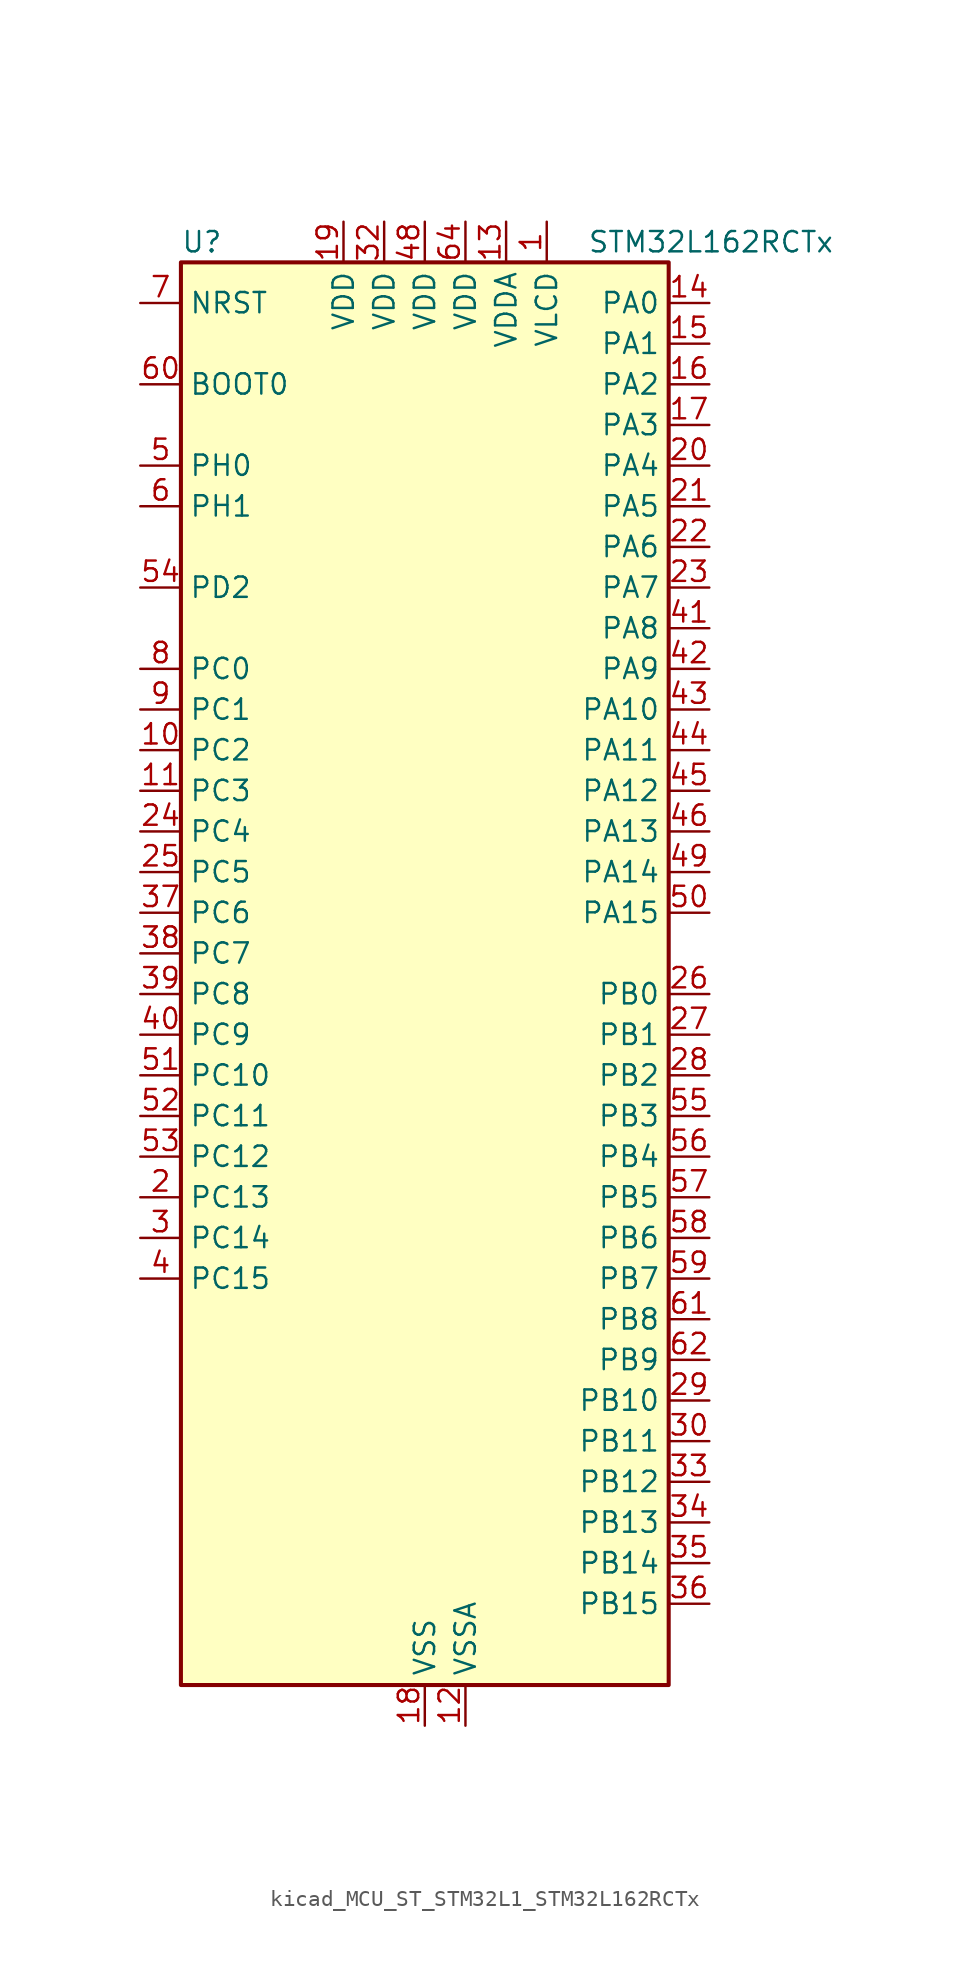
<source format=kicad_sym>
(kicad_symbol_lib
  (version 20220914)
  (generator kicad_symbol_editor)
  (symbol "kicad_MCU_ST_STM32L1_STM32L162RCTx"
    (property "Reference" "U"
      (at -15.24 46.99 0)
      (effects (font (size 1.27 1.27)) (justify left)))
    (property "Value" "STM32L162RCTx"
      (at 10.16 46.99 0)
      (effects (font (size 1.27 1.27)) (justify left)))
    (property "ki_locked" ""
      (at 0 0 0)
      (effects (font (size 1.27 1.27))))
    (symbol "kicad_MCU_ST_STM32L1_STM32L162RCTx_0_1"
      (rectangle (start -15.24 -43.18) (end 15.24 45.72) (stroke (width 0.254) (type default)) (fill (type background))))
    (symbol "kicad_MCU_ST_STM32L1_STM32L162RCTx_1_1"
      (pin power_in line (at 7.62 48.26 270) (length 2.54) (name "VLCD" (effects (font (size 1.27 1.27)))) (number "1" (effects (font (size 1.27 1.27)))))
      (pin bidirectional line (at -17.78 15.24 0) (length 2.54) (name "PC2" (effects (font (size 1.27 1.27)))) (number "10" (effects (font (size 1.27 1.27)))) (alternate "ADC_IN12" bidirectional line) (alternate "COMP1_INP" bidirectional line) (alternate "LCD_SEG20" bidirectional line) (alternate "TIMX_IC3" bidirectional line) (alternate "TS_G8_IO3" bidirectional line))
      (pin bidirectional line (at -17.78 12.7 0) (length 2.54) (name "PC3" (effects (font (size 1.27 1.27)))) (number "11" (effects (font (size 1.27 1.27)))) (alternate "ADC_IN13" bidirectional line) (alternate "COMP1_INP" bidirectional line) (alternate "LCD_SEG21" bidirectional line) (alternate "TIMX_IC4" bidirectional line) (alternate "TS_G8_IO4" bidirectional line))
      (pin power_in line (at 2.54 -45.72 90) (length 2.54) (name "VSSA" (effects (font (size 1.27 1.27)))) (number "12" (effects (font (size 1.27 1.27)))))
      (pin power_in line (at 5.08 48.26 270) (length 2.54) (name "VDDA" (effects (font (size 1.27 1.27)))) (number "13" (effects (font (size 1.27 1.27)))))
      (pin bidirectional line (at 17.78 43.18 180) (length 2.54) (name "PA0" (effects (font (size 1.27 1.27)))) (number "14" (effects (font (size 1.27 1.27)))) (alternate "ADC_IN0" bidirectional line) (alternate "COMP1_INP" bidirectional line) (alternate "RTC_TAMP2" bidirectional line) (alternate "SYS_WKUP1" bidirectional line) (alternate "TIM2_CH1" bidirectional line) (alternate "TIM2_ETR" bidirectional line) (alternate "TIM5_CH1" bidirectional line) (alternate "TIMX_IC1" bidirectional line) (alternate "TS_G1_IO1" bidirectional line) (alternate "USART2_CTS" bidirectional line))
      (pin bidirectional line (at 17.78 40.64 180) (length 2.54) (name "PA1" (effects (font (size 1.27 1.27)))) (number "15" (effects (font (size 1.27 1.27)))) (alternate "ADC_IN1" bidirectional line) (alternate "COMP1_INP" bidirectional line) (alternate "LCD_SEG0" bidirectional line) (alternate "OPAMP1_VINP" bidirectional line) (alternate "TIM2_CH2" bidirectional line) (alternate "TIM5_CH2" bidirectional line) (alternate "TIMX_IC2" bidirectional line) (alternate "TS_G1_IO2" bidirectional line) (alternate "USART2_RTS" bidirectional line))
      (pin bidirectional line (at 17.78 38.1 180) (length 2.54) (name "PA2" (effects (font (size 1.27 1.27)))) (number "16" (effects (font (size 1.27 1.27)))) (alternate "ADC_IN2" bidirectional line) (alternate "COMP1_INP" bidirectional line) (alternate "LCD_SEG1" bidirectional line) (alternate "OPAMP1_VINM" bidirectional line) (alternate "TIM2_CH3" bidirectional line) (alternate "TIM5_CH3" bidirectional line) (alternate "TIM9_CH1" bidirectional line) (alternate "TIMX_IC3" bidirectional line) (alternate "TS_G1_IO3" bidirectional line) (alternate "USART2_TX" bidirectional line))
      (pin bidirectional line (at 17.78 35.56 180) (length 2.54) (name "PA3" (effects (font (size 1.27 1.27)))) (number "17" (effects (font (size 1.27 1.27)))) (alternate "ADC_IN3" bidirectional line) (alternate "COMP1_INP" bidirectional line) (alternate "LCD_SEG2" bidirectional line) (alternate "OPAMP1_VOUT" bidirectional line) (alternate "TIM2_CH4" bidirectional line) (alternate "TIM5_CH4" bidirectional line) (alternate "TIM9_CH2" bidirectional line) (alternate "TIMX_IC4" bidirectional line) (alternate "TS_G1_IO4" bidirectional line) (alternate "USART2_RX" bidirectional line))
      (pin power_in line (at 0 -45.72 90) (length 2.54) (name "VSS" (effects (font (size 1.27 1.27)))) (number "18" (effects (font (size 1.27 1.27)))))
      (pin power_in line (at -5.08 48.26 270) (length 2.54) (name "VDD" (effects (font (size 1.27 1.27)))) (number "19" (effects (font (size 1.27 1.27)))))
      (pin bidirectional line (at -17.78 -12.7 0) (length 2.54) (name "PC13" (effects (font (size 1.27 1.27)))) (number "2" (effects (font (size 1.27 1.27)))) (alternate "RTC_OUT_ALARM" bidirectional line) (alternate "RTC_OUT_CALIB" bidirectional line) (alternate "RTC_TAMP1" bidirectional line) (alternate "RTC_TS" bidirectional line) (alternate "SYS_WKUP2" bidirectional line) (alternate "TIMX_IC2" bidirectional line))
      (pin bidirectional line (at 17.78 33.02 180) (length 2.54) (name "PA4" (effects (font (size 1.27 1.27)))) (number "20" (effects (font (size 1.27 1.27)))) (alternate "ADC_IN4" bidirectional line) (alternate "COMP1_INP" bidirectional line) (alternate "DAC_OUT1" bidirectional line) (alternate "I2S3_WS" bidirectional line) (alternate "SPI1_NSS" bidirectional line) (alternate "SPI3_NSS" bidirectional line) (alternate "TIMX_IC1" bidirectional line) (alternate "USART2_CK" bidirectional line))
      (pin bidirectional line (at 17.78 30.48 180) (length 2.54) (name "PA5" (effects (font (size 1.27 1.27)))) (number "21" (effects (font (size 1.27 1.27)))) (alternate "ADC_IN5" bidirectional line) (alternate "COMP1_INP" bidirectional line) (alternate "DAC_OUT2" bidirectional line) (alternate "SPI1_SCK" bidirectional line) (alternate "TIM2_CH1" bidirectional line) (alternate "TIM2_ETR" bidirectional line) (alternate "TIMX_IC2" bidirectional line))
      (pin bidirectional line (at 17.78 27.94 180) (length 2.54) (name "PA6" (effects (font (size 1.27 1.27)))) (number "22" (effects (font (size 1.27 1.27)))) (alternate "ADC_IN6" bidirectional line) (alternate "COMP1_INP" bidirectional line) (alternate "LCD_SEG3" bidirectional line) (alternate "OPAMP2_VINP" bidirectional line) (alternate "SPI1_MISO" bidirectional line) (alternate "TIM10_CH1" bidirectional line) (alternate "TIM3_CH1" bidirectional line) (alternate "TIMX_IC3" bidirectional line) (alternate "TS_G2_IO1" bidirectional line))
      (pin bidirectional line (at 17.78 25.4 180) (length 2.54) (name "PA7" (effects (font (size 1.27 1.27)))) (number "23" (effects (font (size 1.27 1.27)))) (alternate "ADC_IN7" bidirectional line) (alternate "COMP1_INP" bidirectional line) (alternate "LCD_SEG4" bidirectional line) (alternate "OPAMP2_VINM" bidirectional line) (alternate "SPI1_MOSI" bidirectional line) (alternate "TIM11_CH1" bidirectional line) (alternate "TIM3_CH2" bidirectional line) (alternate "TIMX_IC4" bidirectional line) (alternate "TS_G2_IO2" bidirectional line))
      (pin bidirectional line (at -17.78 10.16 0) (length 2.54) (name "PC4" (effects (font (size 1.27 1.27)))) (number "24" (effects (font (size 1.27 1.27)))) (alternate "ADC_IN14" bidirectional line) (alternate "COMP1_INP" bidirectional line) (alternate "LCD_SEG22" bidirectional line) (alternate "TIMX_IC1" bidirectional line) (alternate "TS_G9_IO1" bidirectional line))
      (pin bidirectional line (at -17.78 7.62 0) (length 2.54) (name "PC5" (effects (font (size 1.27 1.27)))) (number "25" (effects (font (size 1.27 1.27)))) (alternate "ADC_IN15" bidirectional line) (alternate "COMP1_INP" bidirectional line) (alternate "LCD_SEG23" bidirectional line) (alternate "TIMX_IC2" bidirectional line) (alternate "TS_G9_IO2" bidirectional line))
      (pin bidirectional line (at 17.78 0 180) (length 2.54) (name "PB0" (effects (font (size 1.27 1.27)))) (number "26" (effects (font (size 1.27 1.27)))) (alternate "ADC_IN8" bidirectional line) (alternate "COMP1_INP" bidirectional line) (alternate "LCD_SEG5" bidirectional line) (alternate "OPAMP2_VOUT" bidirectional line) (alternate "SYS_V_REF_OUT" bidirectional line) (alternate "TIM3_CH3" bidirectional line) (alternate "TS_G3_IO1" bidirectional line))
      (pin bidirectional line (at 17.78 -2.54 180) (length 2.54) (name "PB1" (effects (font (size 1.27 1.27)))) (number "27" (effects (font (size 1.27 1.27)))) (alternate "ADC_IN9" bidirectional line) (alternate "COMP1_INP" bidirectional line) (alternate "LCD_SEG6" bidirectional line) (alternate "SYS_V_REF_OUT" bidirectional line) (alternate "TIM3_CH4" bidirectional line) (alternate "TS_G3_IO2" bidirectional line))
      (pin bidirectional line (at 17.78 -5.08 180) (length 2.54) (name "PB2" (effects (font (size 1.27 1.27)))) (number "28" (effects (font (size 1.27 1.27)))) (alternate "TS_G3_IO3" bidirectional line))
      (pin bidirectional line (at 17.78 -25.4 180) (length 2.54) (name "PB10" (effects (font (size 1.27 1.27)))) (number "29" (effects (font (size 1.27 1.27)))) (alternate "I2C2_SCL" bidirectional line) (alternate "LCD_SEG10" bidirectional line) (alternate "TIM2_CH3" bidirectional line) (alternate "USART3_TX" bidirectional line))
      (pin bidirectional line (at -17.78 -15.24 0) (length 2.54) (name "PC14" (effects (font (size 1.27 1.27)))) (number "3" (effects (font (size 1.27 1.27)))) (alternate "RCC_OSC32_IN" bidirectional line) (alternate "TIMX_IC3" bidirectional line))
      (pin bidirectional line (at 17.78 -27.94 180) (length 2.54) (name "PB11" (effects (font (size 1.27 1.27)))) (number "30" (effects (font (size 1.27 1.27)))) (alternate "ADC_EXTI11" bidirectional line) (alternate "I2C2_SDA" bidirectional line) (alternate "LCD_SEG11" bidirectional line) (alternate "TIM2_CH4" bidirectional line) (alternate "USART3_RX" bidirectional line))
      (pin passive line (at 0 -45.72 90) (length 2.54) hide (name "VSS" (effects (font (size 1.27 1.27)))) (number "31" (effects (font (size 1.27 1.27)))))
      (pin power_in line (at -2.54 48.26 270) (length 2.54) (name "VDD" (effects (font (size 1.27 1.27)))) (number "32" (effects (font (size 1.27 1.27)))))
      (pin bidirectional line (at 17.78 -30.48 180) (length 2.54) (name "PB12" (effects (font (size 1.27 1.27)))) (number "33" (effects (font (size 1.27 1.27)))) (alternate "ADC_IN18" bidirectional line) (alternate "COMP1_INP" bidirectional line) (alternate "I2C2_SMBA" bidirectional line) (alternate "I2S2_WS" bidirectional line) (alternate "LCD_SEG12" bidirectional line) (alternate "SPI2_NSS" bidirectional line) (alternate "TIM10_CH1" bidirectional line) (alternate "TS_G7_IO1" bidirectional line) (alternate "USART3_CK" bidirectional line))
      (pin bidirectional line (at 17.78 -33.02 180) (length 2.54) (name "PB13" (effects (font (size 1.27 1.27)))) (number "34" (effects (font (size 1.27 1.27)))) (alternate "ADC_IN19" bidirectional line) (alternate "COMP1_INP" bidirectional line) (alternate "I2S2_CK" bidirectional line) (alternate "LCD_SEG13" bidirectional line) (alternate "SPI2_SCK" bidirectional line) (alternate "TIM9_CH1" bidirectional line) (alternate "TS_G7_IO2" bidirectional line) (alternate "USART3_CTS" bidirectional line))
      (pin bidirectional line (at 17.78 -35.56 180) (length 2.54) (name "PB14" (effects (font (size 1.27 1.27)))) (number "35" (effects (font (size 1.27 1.27)))) (alternate "ADC_IN20" bidirectional line) (alternate "COMP1_INP" bidirectional line) (alternate "LCD_SEG14" bidirectional line) (alternate "SPI2_MISO" bidirectional line) (alternate "TIM9_CH2" bidirectional line) (alternate "TS_G7_IO3" bidirectional line) (alternate "USART3_RTS" bidirectional line))
      (pin bidirectional line (at 17.78 -38.1 180) (length 2.54) (name "PB15" (effects (font (size 1.27 1.27)))) (number "36" (effects (font (size 1.27 1.27)))) (alternate "ADC_EXTI15" bidirectional line) (alternate "ADC_IN21" bidirectional line) (alternate "COMP1_INP" bidirectional line) (alternate "I2S2_SD" bidirectional line) (alternate "LCD_SEG15" bidirectional line) (alternate "RTC_REFIN" bidirectional line) (alternate "SPI2_MOSI" bidirectional line) (alternate "TIM11_CH1" bidirectional line) (alternate "TS_G7_IO4" bidirectional line))
      (pin bidirectional line (at -17.78 5.08 0) (length 2.54) (name "PC6" (effects (font (size 1.27 1.27)))) (number "37" (effects (font (size 1.27 1.27)))) (alternate "I2S2_MCK" bidirectional line) (alternate "LCD_SEG24" bidirectional line) (alternate "TIM3_CH1" bidirectional line) (alternate "TIMX_IC3" bidirectional line) (alternate "TS_G10_IO1" bidirectional line))
      (pin bidirectional line (at -17.78 2.54 0) (length 2.54) (name "PC7" (effects (font (size 1.27 1.27)))) (number "38" (effects (font (size 1.27 1.27)))) (alternate "I2S3_MCK" bidirectional line) (alternate "LCD_SEG25" bidirectional line) (alternate "TIM3_CH2" bidirectional line) (alternate "TIMX_IC4" bidirectional line) (alternate "TS_G10_IO2" bidirectional line))
      (pin bidirectional line (at -17.78 0 0) (length 2.54) (name "PC8" (effects (font (size 1.27 1.27)))) (number "39" (effects (font (size 1.27 1.27)))) (alternate "LCD_SEG26" bidirectional line) (alternate "TIM3_CH3" bidirectional line) (alternate "TIMX_IC1" bidirectional line) (alternate "TS_G10_IO3" bidirectional line))
      (pin bidirectional line (at -17.78 -17.78 0) (length 2.54) (name "PC15" (effects (font (size 1.27 1.27)))) (number "4" (effects (font (size 1.27 1.27)))) (alternate "ADC_EXTI15" bidirectional line) (alternate "RCC_OSC32_OUT" bidirectional line) (alternate "TIMX_IC4" bidirectional line))
      (pin bidirectional line (at -17.78 -2.54 0) (length 2.54) (name "PC9" (effects (font (size 1.27 1.27)))) (number "40" (effects (font (size 1.27 1.27)))) (alternate "DAC_EXTI9" bidirectional line) (alternate "LCD_SEG27" bidirectional line) (alternate "TIM3_CH4" bidirectional line) (alternate "TIMX_IC2" bidirectional line) (alternate "TS_G10_IO4" bidirectional line))
      (pin bidirectional line (at 17.78 22.86 180) (length 2.54) (name "PA8" (effects (font (size 1.27 1.27)))) (number "41" (effects (font (size 1.27 1.27)))) (alternate "LCD_COM0" bidirectional line) (alternate "RCC_MCO" bidirectional line) (alternate "TIMX_IC1" bidirectional line) (alternate "TS_G4_IO1" bidirectional line) (alternate "USART1_CK" bidirectional line))
      (pin bidirectional line (at 17.78 20.32 180) (length 2.54) (name "PA9" (effects (font (size 1.27 1.27)))) (number "42" (effects (font (size 1.27 1.27)))) (alternate "DAC_EXTI9" bidirectional line) (alternate "LCD_COM1" bidirectional line) (alternate "TIMX_IC2" bidirectional line) (alternate "TS_G4_IO2" bidirectional line) (alternate "USART1_TX" bidirectional line))
      (pin bidirectional line (at 17.78 17.78 180) (length 2.54) (name "PA10" (effects (font (size 1.27 1.27)))) (number "43" (effects (font (size 1.27 1.27)))) (alternate "LCD_COM2" bidirectional line) (alternate "TIMX_IC3" bidirectional line) (alternate "TS_G4_IO3" bidirectional line) (alternate "USART1_RX" bidirectional line))
      (pin bidirectional line (at 17.78 15.24 180) (length 2.54) (name "PA11" (effects (font (size 1.27 1.27)))) (number "44" (effects (font (size 1.27 1.27)))) (alternate "ADC_EXTI11" bidirectional line) (alternate "SPI1_MISO" bidirectional line) (alternate "TIMX_IC4" bidirectional line) (alternate "USART1_CTS" bidirectional line) (alternate "USB_DM" bidirectional line))
      (pin bidirectional line (at 17.78 12.7 180) (length 2.54) (name "PA12" (effects (font (size 1.27 1.27)))) (number "45" (effects (font (size 1.27 1.27)))) (alternate "SPI1_MOSI" bidirectional line) (alternate "TIMX_IC1" bidirectional line) (alternate "USART1_RTS" bidirectional line) (alternate "USB_DP" bidirectional line))
      (pin bidirectional line (at 17.78 10.16 180) (length 2.54) (name "PA13" (effects (font (size 1.27 1.27)))) (number "46" (effects (font (size 1.27 1.27)))) (alternate "SYS_JTMS-SWDIO" bidirectional line) (alternate "TIMX_IC2" bidirectional line) (alternate "TS_G5_IO1" bidirectional line))
      (pin passive line (at 0 -45.72 90) (length 2.54) hide (name "VSS" (effects (font (size 1.27 1.27)))) (number "47" (effects (font (size 1.27 1.27)))))
      (pin power_in line (at 0 48.26 270) (length 2.54) (name "VDD" (effects (font (size 1.27 1.27)))) (number "48" (effects (font (size 1.27 1.27)))))
      (pin bidirectional line (at 17.78 7.62 180) (length 2.54) (name "PA14" (effects (font (size 1.27 1.27)))) (number "49" (effects (font (size 1.27 1.27)))) (alternate "SYS_JTCK-SWCLK" bidirectional line) (alternate "TIMX_IC3" bidirectional line) (alternate "TS_G5_IO2" bidirectional line))
      (pin bidirectional line (at -17.78 33.02 0) (length 2.54) (name "PH0" (effects (font (size 1.27 1.27)))) (number "5" (effects (font (size 1.27 1.27)))) (alternate "RCC_OSC_IN" bidirectional line))
      (pin bidirectional line (at 17.78 5.08 180) (length 2.54) (name "PA15" (effects (font (size 1.27 1.27)))) (number "50" (effects (font (size 1.27 1.27)))) (alternate "ADC_EXTI15" bidirectional line) (alternate "I2S3_WS" bidirectional line) (alternate "LCD_SEG17" bidirectional line) (alternate "SPI1_NSS" bidirectional line) (alternate "SPI3_NSS" bidirectional line) (alternate "SYS_JTDI" bidirectional line) (alternate "TIM2_CH1" bidirectional line) (alternate "TIM2_ETR" bidirectional line) (alternate "TIMX_IC4" bidirectional line) (alternate "TS_G5_IO3" bidirectional line))
      (pin bidirectional line (at -17.78 -5.08 0) (length 2.54) (name "PC10" (effects (font (size 1.27 1.27)))) (number "51" (effects (font (size 1.27 1.27)))) (alternate "I2S3_CK" bidirectional line) (alternate "LCD_COM4" bidirectional line) (alternate "LCD_SEG28" bidirectional line) (alternate "SPI3_SCK" bidirectional line) (alternate "TIMX_IC3" bidirectional line) (alternate "USART3_TX" bidirectional line))
      (pin bidirectional line (at -17.78 -7.62 0) (length 2.54) (name "PC11" (effects (font (size 1.27 1.27)))) (number "52" (effects (font (size 1.27 1.27)))) (alternate "ADC_EXTI11" bidirectional line) (alternate "LCD_COM5" bidirectional line) (alternate "LCD_SEG29" bidirectional line) (alternate "SPI3_MISO" bidirectional line) (alternate "TIMX_IC4" bidirectional line) (alternate "USART3_RX" bidirectional line))
      (pin bidirectional line (at -17.78 -10.16 0) (length 2.54) (name "PC12" (effects (font (size 1.27 1.27)))) (number "53" (effects (font (size 1.27 1.27)))) (alternate "I2S3_SD" bidirectional line) (alternate "LCD_COM6" bidirectional line) (alternate "LCD_SEG30" bidirectional line) (alternate "SPI3_MOSI" bidirectional line) (alternate "TIMX_IC1" bidirectional line) (alternate "USART3_CK" bidirectional line))
      (pin bidirectional line (at -17.78 25.4 0) (length 2.54) (name "PD2" (effects (font (size 1.27 1.27)))) (number "54" (effects (font (size 1.27 1.27)))) (alternate "LCD_COM7" bidirectional line) (alternate "LCD_SEG31" bidirectional line) (alternate "TIM3_ETR" bidirectional line) (alternate "TIMX_IC3" bidirectional line))
      (pin bidirectional line (at 17.78 -7.62 180) (length 2.54) (name "PB3" (effects (font (size 1.27 1.27)))) (number "55" (effects (font (size 1.27 1.27)))) (alternate "COMP2_INM" bidirectional line) (alternate "I2S3_CK" bidirectional line) (alternate "LCD_SEG7" bidirectional line) (alternate "SPI1_SCK" bidirectional line) (alternate "SPI3_SCK" bidirectional line) (alternate "SYS_JTDO-TRACESWO" bidirectional line) (alternate "TIM2_CH2" bidirectional line))
      (pin bidirectional line (at 17.78 -10.16 180) (length 2.54) (name "PB4" (effects (font (size 1.27 1.27)))) (number "56" (effects (font (size 1.27 1.27)))) (alternate "COMP2_INP" bidirectional line) (alternate "LCD_SEG8" bidirectional line) (alternate "SPI1_MISO" bidirectional line) (alternate "SPI3_MISO" bidirectional line) (alternate "SYS_JTRST" bidirectional line) (alternate "TIM3_CH1" bidirectional line) (alternate "TS_G6_IO1" bidirectional line))
      (pin bidirectional line (at 17.78 -12.7 180) (length 2.54) (name "PB5" (effects (font (size 1.27 1.27)))) (number "57" (effects (font (size 1.27 1.27)))) (alternate "COMP2_INP" bidirectional line) (alternate "I2C1_SMBA" bidirectional line) (alternate "I2S3_SD" bidirectional line) (alternate "LCD_SEG9" bidirectional line) (alternate "SPI1_MOSI" bidirectional line) (alternate "SPI3_MOSI" bidirectional line) (alternate "TIM3_CH2" bidirectional line) (alternate "TS_G6_IO2" bidirectional line))
      (pin bidirectional line (at 17.78 -15.24 180) (length 2.54) (name "PB6" (effects (font (size 1.27 1.27)))) (number "58" (effects (font (size 1.27 1.27)))) (alternate "COMP2_INP" bidirectional line) (alternate "I2C1_SCL" bidirectional line) (alternate "TIM4_CH1" bidirectional line) (alternate "TS_G6_IO3" bidirectional line) (alternate "USART1_TX" bidirectional line))
      (pin bidirectional line (at 17.78 -17.78 180) (length 2.54) (name "PB7" (effects (font (size 1.27 1.27)))) (number "59" (effects (font (size 1.27 1.27)))) (alternate "COMP2_INP" bidirectional line) (alternate "I2C1_SDA" bidirectional line) (alternate "SYS_PVD_IN" bidirectional line) (alternate "TIM4_CH2" bidirectional line) (alternate "TS_G6_IO4" bidirectional line) (alternate "USART1_RX" bidirectional line))
      (pin bidirectional line (at -17.78 30.48 0) (length 2.54) (name "PH1" (effects (font (size 1.27 1.27)))) (number "6" (effects (font (size 1.27 1.27)))) (alternate "RCC_OSC_OUT" bidirectional line))
      (pin input line (at -17.78 38.1 0) (length 2.54) (name "BOOT0" (effects (font (size 1.27 1.27)))) (number "60" (effects (font (size 1.27 1.27)))))
      (pin bidirectional line (at 17.78 -20.32 180) (length 2.54) (name "PB8" (effects (font (size 1.27 1.27)))) (number "61" (effects (font (size 1.27 1.27)))) (alternate "I2C1_SCL" bidirectional line) (alternate "LCD_SEG16" bidirectional line) (alternate "TIM10_CH1" bidirectional line) (alternate "TIM4_CH3" bidirectional line))
      (pin bidirectional line (at 17.78 -22.86 180) (length 2.54) (name "PB9" (effects (font (size 1.27 1.27)))) (number "62" (effects (font (size 1.27 1.27)))) (alternate "DAC_EXTI9" bidirectional line) (alternate "I2C1_SDA" bidirectional line) (alternate "LCD_COM3" bidirectional line) (alternate "TIM11_CH1" bidirectional line) (alternate "TIM4_CH4" bidirectional line))
      (pin passive line (at 0 -45.72 90) (length 2.54) hide (name "VSS" (effects (font (size 1.27 1.27)))) (number "63" (effects (font (size 1.27 1.27)))))
      (pin power_in line (at 2.54 48.26 270) (length 2.54) (name "VDD" (effects (font (size 1.27 1.27)))) (number "64" (effects (font (size 1.27 1.27)))))
      (pin input line (at -17.78 43.18 0) (length 2.54) (name "NRST" (effects (font (size 1.27 1.27)))) (number "7" (effects (font (size 1.27 1.27)))))
      (pin bidirectional line (at -17.78 20.32 0) (length 2.54) (name "PC0" (effects (font (size 1.27 1.27)))) (number "8" (effects (font (size 1.27 1.27)))) (alternate "ADC_IN10" bidirectional line) (alternate "COMP1_INP" bidirectional line) (alternate "LCD_SEG18" bidirectional line) (alternate "TIMX_IC1" bidirectional line) (alternate "TS_G8_IO1" bidirectional line))
      (pin bidirectional line (at -17.78 17.78 0) (length 2.54) (name "PC1" (effects (font (size 1.27 1.27)))) (number "9" (effects (font (size 1.27 1.27)))) (alternate "ADC_IN11" bidirectional line) (alternate "COMP1_INP" bidirectional line) (alternate "LCD_SEG19" bidirectional line) (alternate "TIMX_IC2" bidirectional line) (alternate "TS_G8_IO2" bidirectional line)))))
</source>
